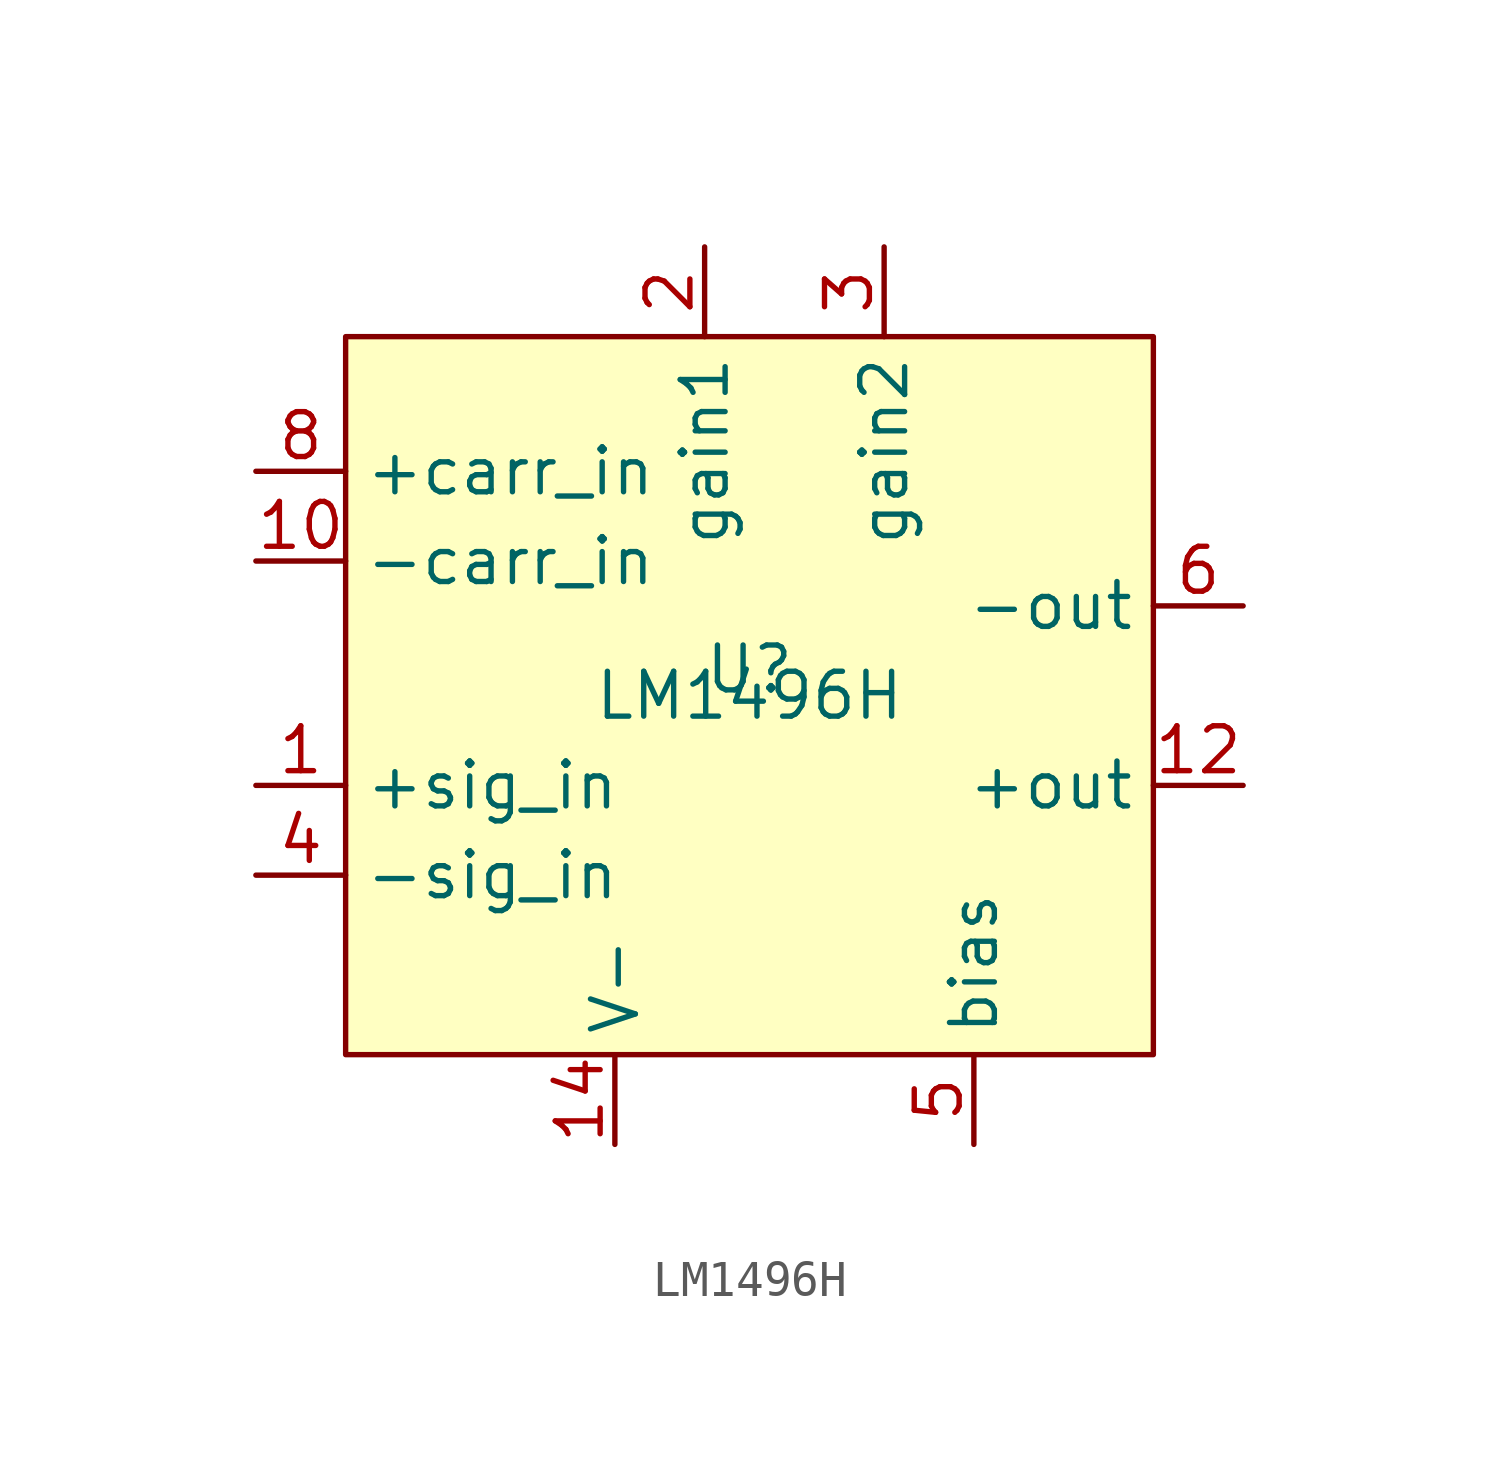
<source format=kicad_sym>
(kicad_symbol_lib
  (version 20231120)
  (generator "kicad_symbol_editor")
  (generator_version "8.0")
  (symbol "LM1496H"
    (property "Reference" "U"
      (at 0 0 0)
      (effects (font (size 1.27 1.27)) (justify bottom)))
    (property "Value" "LM1496H"
      (at 0 0 0)
      (effects (font (size 1.27 1.27))))
    (symbol "LM1496H_1_1"
      (rectangle (start -11.43 10.16) (end 11.43 -10.16) (stroke (width 0) (type default)) (fill (type background)))
      (pin input line (at -13.97 -2.54 0) (length 2.54) (name "+sig_in" (effects (font (size 1.27 1.27)))) (number "1" (effects (font (size 1.27 1.27)))))
      (pin input line (at -13.97 3.81 0) (length 2.54) (name "-carr_in" (effects (font (size 1.27 1.27)))) (number "10" (effects (font (size 1.27 1.27)))))
      (pin output line (at 13.97 -2.54 180) (length 2.54) (name "+out" (effects (font (size 1.27 1.27)))) (number "12" (effects (font (size 1.27 1.27)))))
      (pin input line (at -3.81 -12.7 90) (length 2.54) (name "V-" (effects (font (size 1.27 1.27)))) (number "14" (effects (font (size 1.27 1.27)))))
      (pin passive line (at -1.27 12.7 270) (length 2.54) (name "gain1" (effects (font (size 1.27 1.27)))) (number "2" (effects (font (size 1.27 1.27)))))
      (pin passive line (at 3.81 12.7 270) (length 2.54) (name "gain2" (effects (font (size 1.27 1.27)))) (number "3" (effects (font (size 1.27 1.27)))))
      (pin input line (at -13.97 -5.08 0) (length 2.54) (name "-sig_in" (effects (font (size 1.27 1.27)))) (number "4" (effects (font (size 1.27 1.27)))))
      (pin passive line (at 6.35 -12.7 90) (length 2.54) (name "bias" (effects (font (size 1.27 1.27)))) (number "5" (effects (font (size 1.27 1.27)))))
      (pin output line (at 13.97 2.54 180) (length 2.54) (name "-out" (effects (font (size 1.27 1.27)))) (number "6" (effects (font (size 1.27 1.27)))))
      (pin input line (at -13.97 6.35 0) (length 2.54) (name "+carr_in" (effects (font (size 1.27 1.27)))) (number "8" (effects (font (size 1.27 1.27))))))))
</source>
